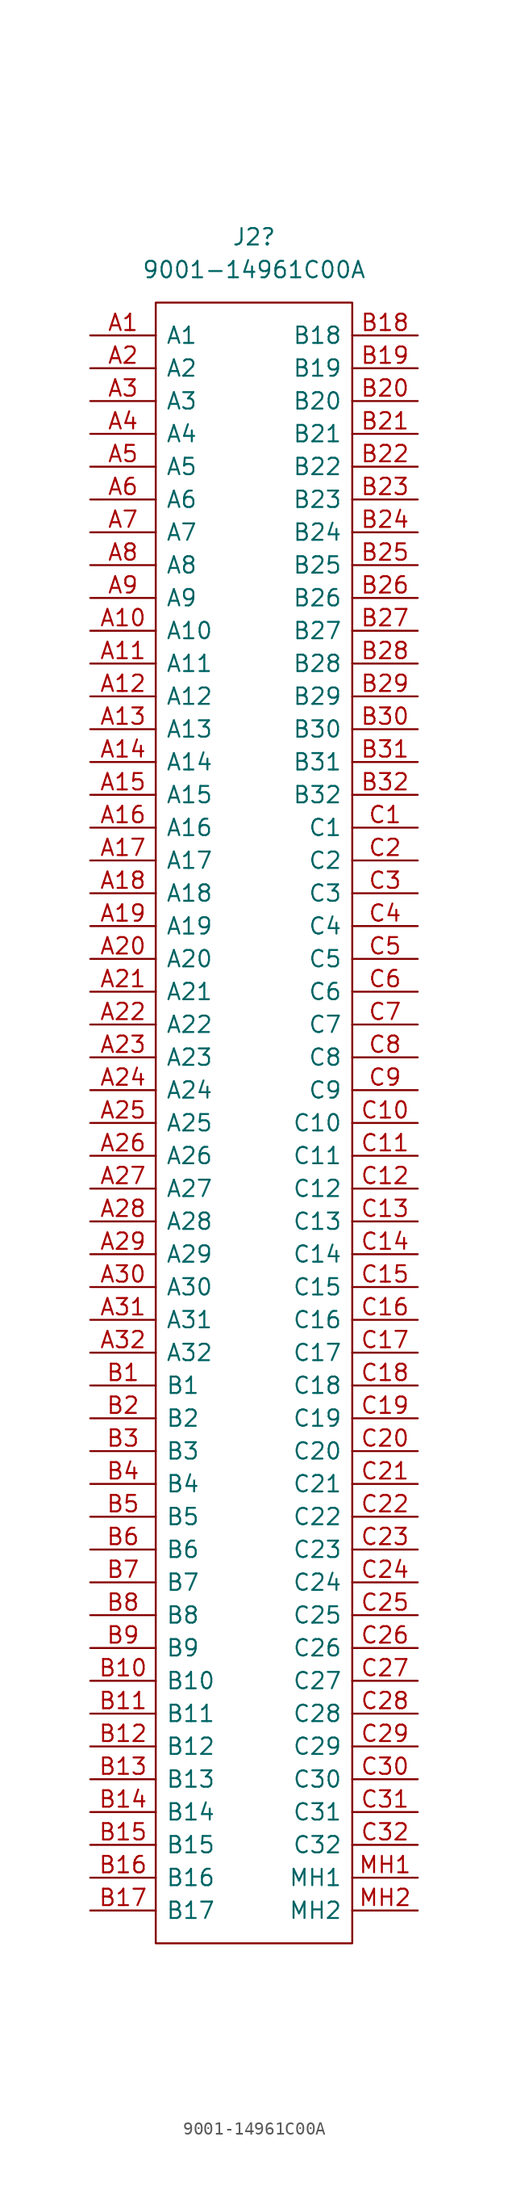
<source format=kicad_sym>
(kicad_symbol_lib
  (version 20220914)
  (generator kicad_symbol_editor)
  (symbol "9001-14961C00A"
    (pin_names
      (offset 0.762))
    (property "Reference" "J2"
      (at 12.7 7.62 0)
      (effects (font (size 1.27 1.27))))
    (property "Value" "9001-14961C00A"
      (at 12.7 5.08 0)
      (effects (font (size 1.27 1.27))))
    (symbol "9001-14961C00A_0_0"
      (pin passive line (at 0 0 0) (length 5.08) (name "A1" (effects (font (size 1.27 1.27)))) (number "A1" (effects (font (size 1.27 1.27)))))
      (pin passive line (at 0 -22.86 0) (length 5.08) (name "A10" (effects (font (size 1.27 1.27)))) (number "A10" (effects (font (size 1.27 1.27)))))
      (pin passive line (at 0 -25.4 0) (length 5.08) (name "A11" (effects (font (size 1.27 1.27)))) (number "A11" (effects (font (size 1.27 1.27)))))
      (pin passive line (at 0 -27.94 0) (length 5.08) (name "A12" (effects (font (size 1.27 1.27)))) (number "A12" (effects (font (size 1.27 1.27)))))
      (pin passive line (at 0 -30.48 0) (length 5.08) (name "A13" (effects (font (size 1.27 1.27)))) (number "A13" (effects (font (size 1.27 1.27)))))
      (pin passive line (at 0 -33.02 0) (length 5.08) (name "A14" (effects (font (size 1.27 1.27)))) (number "A14" (effects (font (size 1.27 1.27)))))
      (pin passive line (at 0 -35.56 0) (length 5.08) (name "A15" (effects (font (size 1.27 1.27)))) (number "A15" (effects (font (size 1.27 1.27)))))
      (pin passive line (at 0 -38.1 0) (length 5.08) (name "A16" (effects (font (size 1.27 1.27)))) (number "A16" (effects (font (size 1.27 1.27)))))
      (pin passive line (at 0 -40.64 0) (length 5.08) (name "A17" (effects (font (size 1.27 1.27)))) (number "A17" (effects (font (size 1.27 1.27)))))
      (pin passive line (at 0 -43.18 0) (length 5.08) (name "A18" (effects (font (size 1.27 1.27)))) (number "A18" (effects (font (size 1.27 1.27)))))
      (pin passive line (at 0 -45.72 0) (length 5.08) (name "A19" (effects (font (size 1.27 1.27)))) (number "A19" (effects (font (size 1.27 1.27)))))
      (pin passive line (at 0 -2.54 0) (length 5.08) (name "A2" (effects (font (size 1.27 1.27)))) (number "A2" (effects (font (size 1.27 1.27)))))
      (pin passive line (at 0 -48.26 0) (length 5.08) (name "A20" (effects (font (size 1.27 1.27)))) (number "A20" (effects (font (size 1.27 1.27)))))
      (pin passive line (at 0 -50.8 0) (length 5.08) (name "A21" (effects (font (size 1.27 1.27)))) (number "A21" (effects (font (size 1.27 1.27)))))
      (pin passive line (at 0 -53.34 0) (length 5.08) (name "A22" (effects (font (size 1.27 1.27)))) (number "A22" (effects (font (size 1.27 1.27)))))
      (pin passive line (at 0 -55.88 0) (length 5.08) (name "A23" (effects (font (size 1.27 1.27)))) (number "A23" (effects (font (size 1.27 1.27)))))
      (pin passive line (at 0 -58.42 0) (length 5.08) (name "A24" (effects (font (size 1.27 1.27)))) (number "A24" (effects (font (size 1.27 1.27)))))
      (pin passive line (at 0 -60.96 0) (length 5.08) (name "A25" (effects (font (size 1.27 1.27)))) (number "A25" (effects (font (size 1.27 1.27)))))
      (pin passive line (at 0 -63.5 0) (length 5.08) (name "A26" (effects (font (size 1.27 1.27)))) (number "A26" (effects (font (size 1.27 1.27)))))
      (pin passive line (at 0 -66.04 0) (length 5.08) (name "A27" (effects (font (size 1.27 1.27)))) (number "A27" (effects (font (size 1.27 1.27)))))
      (pin passive line (at 0 -68.58 0) (length 5.08) (name "A28" (effects (font (size 1.27 1.27)))) (number "A28" (effects (font (size 1.27 1.27)))))
      (pin passive line (at 0 -71.12 0) (length 5.08) (name "A29" (effects (font (size 1.27 1.27)))) (number "A29" (effects (font (size 1.27 1.27)))))
      (pin passive line (at 0 -5.08 0) (length 5.08) (name "A3" (effects (font (size 1.27 1.27)))) (number "A3" (effects (font (size 1.27 1.27)))))
      (pin passive line (at 0 -73.66 0) (length 5.08) (name "A30" (effects (font (size 1.27 1.27)))) (number "A30" (effects (font (size 1.27 1.27)))))
      (pin passive line (at 0 -76.2 0) (length 5.08) (name "A31" (effects (font (size 1.27 1.27)))) (number "A31" (effects (font (size 1.27 1.27)))))
      (pin passive line (at 0 -78.74 0) (length 5.08) (name "A32" (effects (font (size 1.27 1.27)))) (number "A32" (effects (font (size 1.27 1.27)))))
      (pin passive line (at 0 -7.62 0) (length 5.08) (name "A4" (effects (font (size 1.27 1.27)))) (number "A4" (effects (font (size 1.27 1.27)))))
      (pin passive line (at 0 -10.16 0) (length 5.08) (name "A5" (effects (font (size 1.27 1.27)))) (number "A5" (effects (font (size 1.27 1.27)))))
      (pin passive line (at 0 -12.7 0) (length 5.08) (name "A6" (effects (font (size 1.27 1.27)))) (number "A6" (effects (font (size 1.27 1.27)))))
      (pin passive line (at 0 -15.24 0) (length 5.08) (name "A7" (effects (font (size 1.27 1.27)))) (number "A7" (effects (font (size 1.27 1.27)))))
      (pin passive line (at 0 -17.78 0) (length 5.08) (name "A8" (effects (font (size 1.27 1.27)))) (number "A8" (effects (font (size 1.27 1.27)))))
      (pin passive line (at 0 -20.32 0) (length 5.08) (name "A9" (effects (font (size 1.27 1.27)))) (number "A9" (effects (font (size 1.27 1.27)))))
      (pin passive line (at 0 -81.28 0) (length 5.08) (name "B1" (effects (font (size 1.27 1.27)))) (number "B1" (effects (font (size 1.27 1.27)))))
      (pin passive line (at 0 -104.14 0) (length 5.08) (name "B10" (effects (font (size 1.27 1.27)))) (number "B10" (effects (font (size 1.27 1.27)))))
      (pin passive line (at 0 -106.68 0) (length 5.08) (name "B11" (effects (font (size 1.27 1.27)))) (number "B11" (effects (font (size 1.27 1.27)))))
      (pin passive line (at 0 -109.22 0) (length 5.08) (name "B12" (effects (font (size 1.27 1.27)))) (number "B12" (effects (font (size 1.27 1.27)))))
      (pin passive line (at 0 -111.76 0) (length 5.08) (name "B13" (effects (font (size 1.27 1.27)))) (number "B13" (effects (font (size 1.27 1.27)))))
      (pin passive line (at 0 -114.3 0) (length 5.08) (name "B14" (effects (font (size 1.27 1.27)))) (number "B14" (effects (font (size 1.27 1.27)))))
      (pin passive line (at 0 -116.84 0) (length 5.08) (name "B15" (effects (font (size 1.27 1.27)))) (number "B15" (effects (font (size 1.27 1.27)))))
      (pin passive line (at 0 -119.38 0) (length 5.08) (name "B16" (effects (font (size 1.27 1.27)))) (number "B16" (effects (font (size 1.27 1.27)))))
      (pin passive line (at 0 -121.92 0) (length 5.08) (name "B17" (effects (font (size 1.27 1.27)))) (number "B17" (effects (font (size 1.27 1.27)))))
      (pin passive line (at 25.4 0 180) (length 5.08) (name "B18" (effects (font (size 1.27 1.27)))) (number "B18" (effects (font (size 1.27 1.27)))))
      (pin passive line (at 25.4 -2.54 180) (length 5.08) (name "B19" (effects (font (size 1.27 1.27)))) (number "B19" (effects (font (size 1.27 1.27)))))
      (pin passive line (at 0 -83.82 0) (length 5.08) (name "B2" (effects (font (size 1.27 1.27)))) (number "B2" (effects (font (size 1.27 1.27)))))
      (pin passive line (at 25.4 -5.08 180) (length 5.08) (name "B20" (effects (font (size 1.27 1.27)))) (number "B20" (effects (font (size 1.27 1.27)))))
      (pin passive line (at 25.4 -7.62 180) (length 5.08) (name "B21" (effects (font (size 1.27 1.27)))) (number "B21" (effects (font (size 1.27 1.27)))))
      (pin passive line (at 25.4 -10.16 180) (length 5.08) (name "B22" (effects (font (size 1.27 1.27)))) (number "B22" (effects (font (size 1.27 1.27)))))
      (pin passive line (at 25.4 -12.7 180) (length 5.08) (name "B23" (effects (font (size 1.27 1.27)))) (number "B23" (effects (font (size 1.27 1.27)))))
      (pin passive line (at 25.4 -15.24 180) (length 5.08) (name "B24" (effects (font (size 1.27 1.27)))) (number "B24" (effects (font (size 1.27 1.27)))))
      (pin passive line (at 25.4 -17.78 180) (length 5.08) (name "B25" (effects (font (size 1.27 1.27)))) (number "B25" (effects (font (size 1.27 1.27)))))
      (pin passive line (at 25.4 -20.32 180) (length 5.08) (name "B26" (effects (font (size 1.27 1.27)))) (number "B26" (effects (font (size 1.27 1.27)))))
      (pin passive line (at 25.4 -22.86 180) (length 5.08) (name "B27" (effects (font (size 1.27 1.27)))) (number "B27" (effects (font (size 1.27 1.27)))))
      (pin passive line (at 25.4 -25.4 180) (length 5.08) (name "B28" (effects (font (size 1.27 1.27)))) (number "B28" (effects (font (size 1.27 1.27)))))
      (pin passive line (at 25.4 -27.94 180) (length 5.08) (name "B29" (effects (font (size 1.27 1.27)))) (number "B29" (effects (font (size 1.27 1.27)))))
      (pin passive line (at 0 -86.36 0) (length 5.08) (name "B3" (effects (font (size 1.27 1.27)))) (number "B3" (effects (font (size 1.27 1.27)))))
      (pin passive line (at 25.4 -30.48 180) (length 5.08) (name "B30" (effects (font (size 1.27 1.27)))) (number "B30" (effects (font (size 1.27 1.27)))))
      (pin passive line (at 25.4 -33.02 180) (length 5.08) (name "B31" (effects (font (size 1.27 1.27)))) (number "B31" (effects (font (size 1.27 1.27)))))
      (pin passive line (at 25.4 -35.56 180) (length 5.08) (name "B32" (effects (font (size 1.27 1.27)))) (number "B32" (effects (font (size 1.27 1.27)))))
      (pin passive line (at 0 -88.9 0) (length 5.08) (name "B4" (effects (font (size 1.27 1.27)))) (number "B4" (effects (font (size 1.27 1.27)))))
      (pin passive line (at 0 -91.44 0) (length 5.08) (name "B5" (effects (font (size 1.27 1.27)))) (number "B5" (effects (font (size 1.27 1.27)))))
      (pin passive line (at 0 -93.98 0) (length 5.08) (name "B6" (effects (font (size 1.27 1.27)))) (number "B6" (effects (font (size 1.27 1.27)))))
      (pin passive line (at 0 -96.52 0) (length 5.08) (name "B7" (effects (font (size 1.27 1.27)))) (number "B7" (effects (font (size 1.27 1.27)))))
      (pin passive line (at 0 -99.06 0) (length 5.08) (name "B8" (effects (font (size 1.27 1.27)))) (number "B8" (effects (font (size 1.27 1.27)))))
      (pin passive line (at 0 -101.6 0) (length 5.08) (name "B9" (effects (font (size 1.27 1.27)))) (number "B9" (effects (font (size 1.27 1.27)))))
      (pin passive line (at 25.4 -38.1 180) (length 5.08) (name "C1" (effects (font (size 1.27 1.27)))) (number "C1" (effects (font (size 1.27 1.27)))))
      (pin passive line (at 25.4 -60.96 180) (length 5.08) (name "C10" (effects (font (size 1.27 1.27)))) (number "C10" (effects (font (size 1.27 1.27)))))
      (pin passive line (at 25.4 -63.5 180) (length 5.08) (name "C11" (effects (font (size 1.27 1.27)))) (number "C11" (effects (font (size 1.27 1.27)))))
      (pin passive line (at 25.4 -66.04 180) (length 5.08) (name "C12" (effects (font (size 1.27 1.27)))) (number "C12" (effects (font (size 1.27 1.27)))))
      (pin passive line (at 25.4 -68.58 180) (length 5.08) (name "C13" (effects (font (size 1.27 1.27)))) (number "C13" (effects (font (size 1.27 1.27)))))
      (pin passive line (at 25.4 -71.12 180) (length 5.08) (name "C14" (effects (font (size 1.27 1.27)))) (number "C14" (effects (font (size 1.27 1.27)))))
      (pin passive line (at 25.4 -73.66 180) (length 5.08) (name "C15" (effects (font (size 1.27 1.27)))) (number "C15" (effects (font (size 1.27 1.27)))))
      (pin passive line (at 25.4 -76.2 180) (length 5.08) (name "C16" (effects (font (size 1.27 1.27)))) (number "C16" (effects (font (size 1.27 1.27)))))
      (pin passive line (at 25.4 -78.74 180) (length 5.08) (name "C17" (effects (font (size 1.27 1.27)))) (number "C17" (effects (font (size 1.27 1.27)))))
      (pin passive line (at 25.4 -81.28 180) (length 5.08) (name "C18" (effects (font (size 1.27 1.27)))) (number "C18" (effects (font (size 1.27 1.27)))))
      (pin passive line (at 25.4 -83.82 180) (length 5.08) (name "C19" (effects (font (size 1.27 1.27)))) (number "C19" (effects (font (size 1.27 1.27)))))
      (pin passive line (at 25.4 -40.64 180) (length 5.08) (name "C2" (effects (font (size 1.27 1.27)))) (number "C2" (effects (font (size 1.27 1.27)))))
      (pin passive line (at 25.4 -86.36 180) (length 5.08) (name "C20" (effects (font (size 1.27 1.27)))) (number "C20" (effects (font (size 1.27 1.27)))))
      (pin passive line (at 25.4 -88.9 180) (length 5.08) (name "C21" (effects (font (size 1.27 1.27)))) (number "C21" (effects (font (size 1.27 1.27)))))
      (pin passive line (at 25.4 -91.44 180) (length 5.08) (name "C22" (effects (font (size 1.27 1.27)))) (number "C22" (effects (font (size 1.27 1.27)))))
      (pin passive line (at 25.4 -93.98 180) (length 5.08) (name "C23" (effects (font (size 1.27 1.27)))) (number "C23" (effects (font (size 1.27 1.27)))))
      (pin passive line (at 25.4 -96.52 180) (length 5.08) (name "C24" (effects (font (size 1.27 1.27)))) (number "C24" (effects (font (size 1.27 1.27)))))
      (pin passive line (at 25.4 -99.06 180) (length 5.08) (name "C25" (effects (font (size 1.27 1.27)))) (number "C25" (effects (font (size 1.27 1.27)))))
      (pin passive line (at 25.4 -101.6 180) (length 5.08) (name "C26" (effects (font (size 1.27 1.27)))) (number "C26" (effects (font (size 1.27 1.27)))))
      (pin passive line (at 25.4 -104.14 180) (length 5.08) (name "C27" (effects (font (size 1.27 1.27)))) (number "C27" (effects (font (size 1.27 1.27)))))
      (pin passive line (at 25.4 -106.68 180) (length 5.08) (name "C28" (effects (font (size 1.27 1.27)))) (number "C28" (effects (font (size 1.27 1.27)))))
      (pin passive line (at 25.4 -109.22 180) (length 5.08) (name "C29" (effects (font (size 1.27 1.27)))) (number "C29" (effects (font (size 1.27 1.27)))))
      (pin passive line (at 25.4 -43.18 180) (length 5.08) (name "C3" (effects (font (size 1.27 1.27)))) (number "C3" (effects (font (size 1.27 1.27)))))
      (pin passive line (at 25.4 -111.76 180) (length 5.08) (name "C30" (effects (font (size 1.27 1.27)))) (number "C30" (effects (font (size 1.27 1.27)))))
      (pin passive line (at 25.4 -114.3 180) (length 5.08) (name "C31" (effects (font (size 1.27 1.27)))) (number "C31" (effects (font (size 1.27 1.27)))))
      (pin passive line (at 25.4 -116.84 180) (length 5.08) (name "C32" (effects (font (size 1.27 1.27)))) (number "C32" (effects (font (size 1.27 1.27)))))
      (pin passive line (at 25.4 -45.72 180) (length 5.08) (name "C4" (effects (font (size 1.27 1.27)))) (number "C4" (effects (font (size 1.27 1.27)))))
      (pin passive line (at 25.4 -48.26 180) (length 5.08) (name "C5" (effects (font (size 1.27 1.27)))) (number "C5" (effects (font (size 1.27 1.27)))))
      (pin passive line (at 25.4 -50.8 180) (length 5.08) (name "C6" (effects (font (size 1.27 1.27)))) (number "C6" (effects (font (size 1.27 1.27)))))
      (pin passive line (at 25.4 -53.34 180) (length 5.08) (name "C7" (effects (font (size 1.27 1.27)))) (number "C7" (effects (font (size 1.27 1.27)))))
      (pin passive line (at 25.4 -55.88 180) (length 5.08) (name "C8" (effects (font (size 1.27 1.27)))) (number "C8" (effects (font (size 1.27 1.27)))))
      (pin passive line (at 25.4 -58.42 180) (length 5.08) (name "C9" (effects (font (size 1.27 1.27)))) (number "C9" (effects (font (size 1.27 1.27)))))
      (pin passive line (at 25.4 -119.38 180) (length 5.08) (name "MH1" (effects (font (size 1.27 1.27)))) (number "MH1" (effects (font (size 1.27 1.27)))))
      (pin passive line (at 25.4 -121.92 180) (length 5.08) (name "MH2" (effects (font (size 1.27 1.27)))) (number "MH2" (effects (font (size 1.27 1.27))))))
    (symbol "9001-14961C00A_0_1"
      (polyline (pts (xy 5.08 2.54) (xy 20.32 2.54) (xy 20.32 -124.46) (xy 5.08 -124.46) (xy 5.08 2.54)) (stroke (width 0.152) (type default)) (fill (type none))))))
</source>
